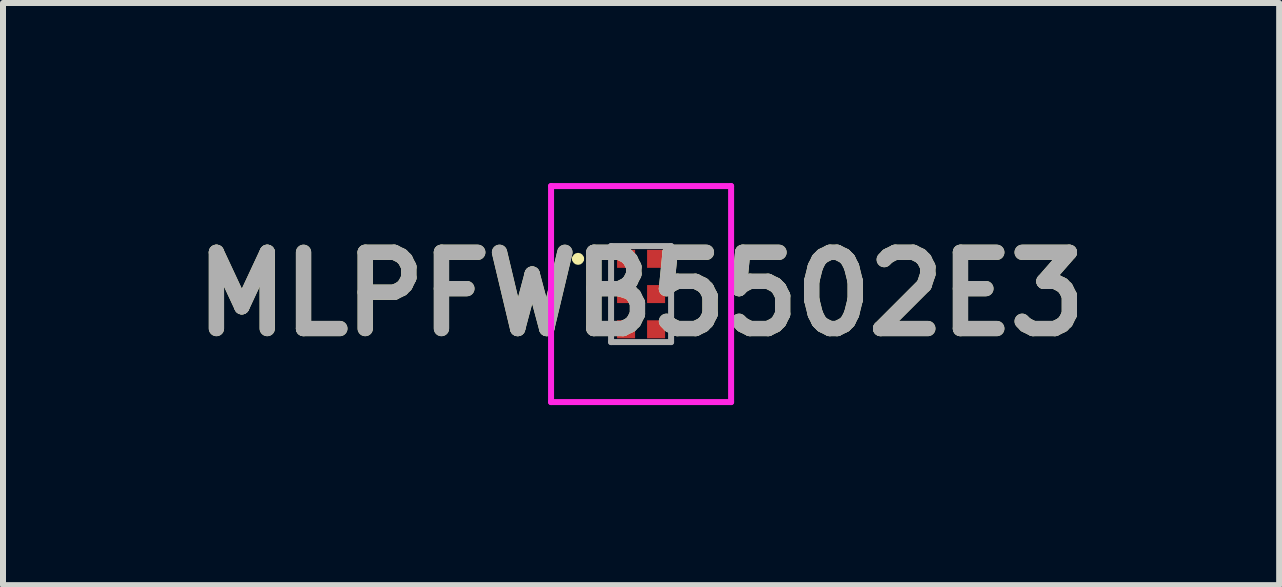
<source format=kicad_pcb>
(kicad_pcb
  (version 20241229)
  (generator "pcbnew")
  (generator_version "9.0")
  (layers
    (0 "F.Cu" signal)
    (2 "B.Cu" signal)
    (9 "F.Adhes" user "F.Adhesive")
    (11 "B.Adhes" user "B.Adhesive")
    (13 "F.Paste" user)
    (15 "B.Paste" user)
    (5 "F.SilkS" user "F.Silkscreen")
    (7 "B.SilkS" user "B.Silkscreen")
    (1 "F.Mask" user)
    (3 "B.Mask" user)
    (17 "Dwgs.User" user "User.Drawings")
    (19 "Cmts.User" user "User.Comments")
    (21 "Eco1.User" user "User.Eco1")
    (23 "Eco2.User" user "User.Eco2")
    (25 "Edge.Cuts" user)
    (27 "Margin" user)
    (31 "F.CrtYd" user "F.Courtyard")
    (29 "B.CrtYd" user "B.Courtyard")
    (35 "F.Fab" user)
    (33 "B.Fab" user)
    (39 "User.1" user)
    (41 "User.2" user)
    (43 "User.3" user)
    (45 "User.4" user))
  (footprint "MLPFWB5502E3"
    (layer "F.Cu")
    (at 7.632 1.85)
    (property "Reference" "MLPFWB5502E3" (at 0 0 0) (layer "F.SilkS") (effects (font (size 1.27 1.27) (thickness 0.254))))
    (attr smd)
    (fp_line (start -1.1 -0.587) (end -1.1 -0.587) (stroke (width 0.1) (type solid)) (layer "F.SilkS"))
    (fp_line (start -1 -0.587) (end -1 -0.587) (stroke (width 0.1) (type solid)) (layer "F.SilkS"))
    (fp_arc (start -1.1 -0.587) (mid -1.05 -0.637) (end -1 -0.587) (stroke (width 0.1) (type solid)) (layer "F.SilkS"))
    (fp_arc (start -1 -0.587) (mid -1.05 -0.537) (end -1.1 -0.587) (stroke (width 0.1) (type solid)) (layer "F.SilkS"))
    (fp_line (start -1.5 -1.8) (end 1.5 -1.8) (stroke (width 0.1) (type solid)) (layer "F.CrtYd"))
    (fp_line (start -1.5 1.8) (end -1.5 -1.8) (stroke (width 0.1) (type solid)) (layer "F.CrtYd"))
    (fp_line (start 1.5 -1.8) (end 1.5 1.8) (stroke (width 0.1) (type solid)) (layer "F.CrtYd"))
    (fp_line (start 1.5 1.8) (end -1.5 1.8) (stroke (width 0.1) (type solid)) (layer "F.CrtYd"))
    (fp_line (start -0.5 -0.8) (end 0.5 -0.8) (stroke (width 0.1) (type solid)) (layer "F.Fab"))
    (fp_line (start -0.5 0.8) (end -0.5 -0.8) (stroke (width 0.1) (type solid)) (layer "F.Fab"))
    (fp_line (start 0.5 -0.8) (end 0.5 0.8) (stroke (width 0.1) (type solid)) (layer "F.Fab"))
    (fp_line (start 0.5 0.8) (end -0.5 0.8) (stroke (width 0.1) (type solid)) (layer "F.Fab"))
    (fp_text user "${REFERENCE}" (at 0 0 0) (layer "F.Fab") (effects (font (size 1.27 1.27) (thickness 0.254))))
    (pad "1" smd rect (at -0.25 -0.587 90) (size 0.3 0.3) (layers "F.Cu" "F.Mask" "F.Paste"))
    (pad "2" smd rect (at -0.25 0 90) (size 0.3 0.3) (layers "F.Cu" "F.Mask" "F.Paste"))
    (pad "3" smd rect (at -0.25 0.587 90) (size 0.3 0.3) (layers "F.Cu" "F.Mask" "F.Paste"))
    (pad "4" smd rect (at 0.25 0.587 90) (size 0.3 0.3) (layers "F.Cu" "F.Mask" "F.Paste"))
    (pad "5" smd rect (at 0.25 0 90) (size 0.3 0.3) (layers "F.Cu" "F.Mask" "F.Paste"))
    (pad "6" smd rect (at 0.25 -0.587 90) (size 0.3 0.3) (layers "F.Cu" "F.Mask" "F.Paste")))
  (gr_rect
    (start -3 -3)
    (end 18.264 6.7)
    (stroke (width 0.1) (type default))
    (fill no)
    (layer "Edge.Cuts")))
</source>
